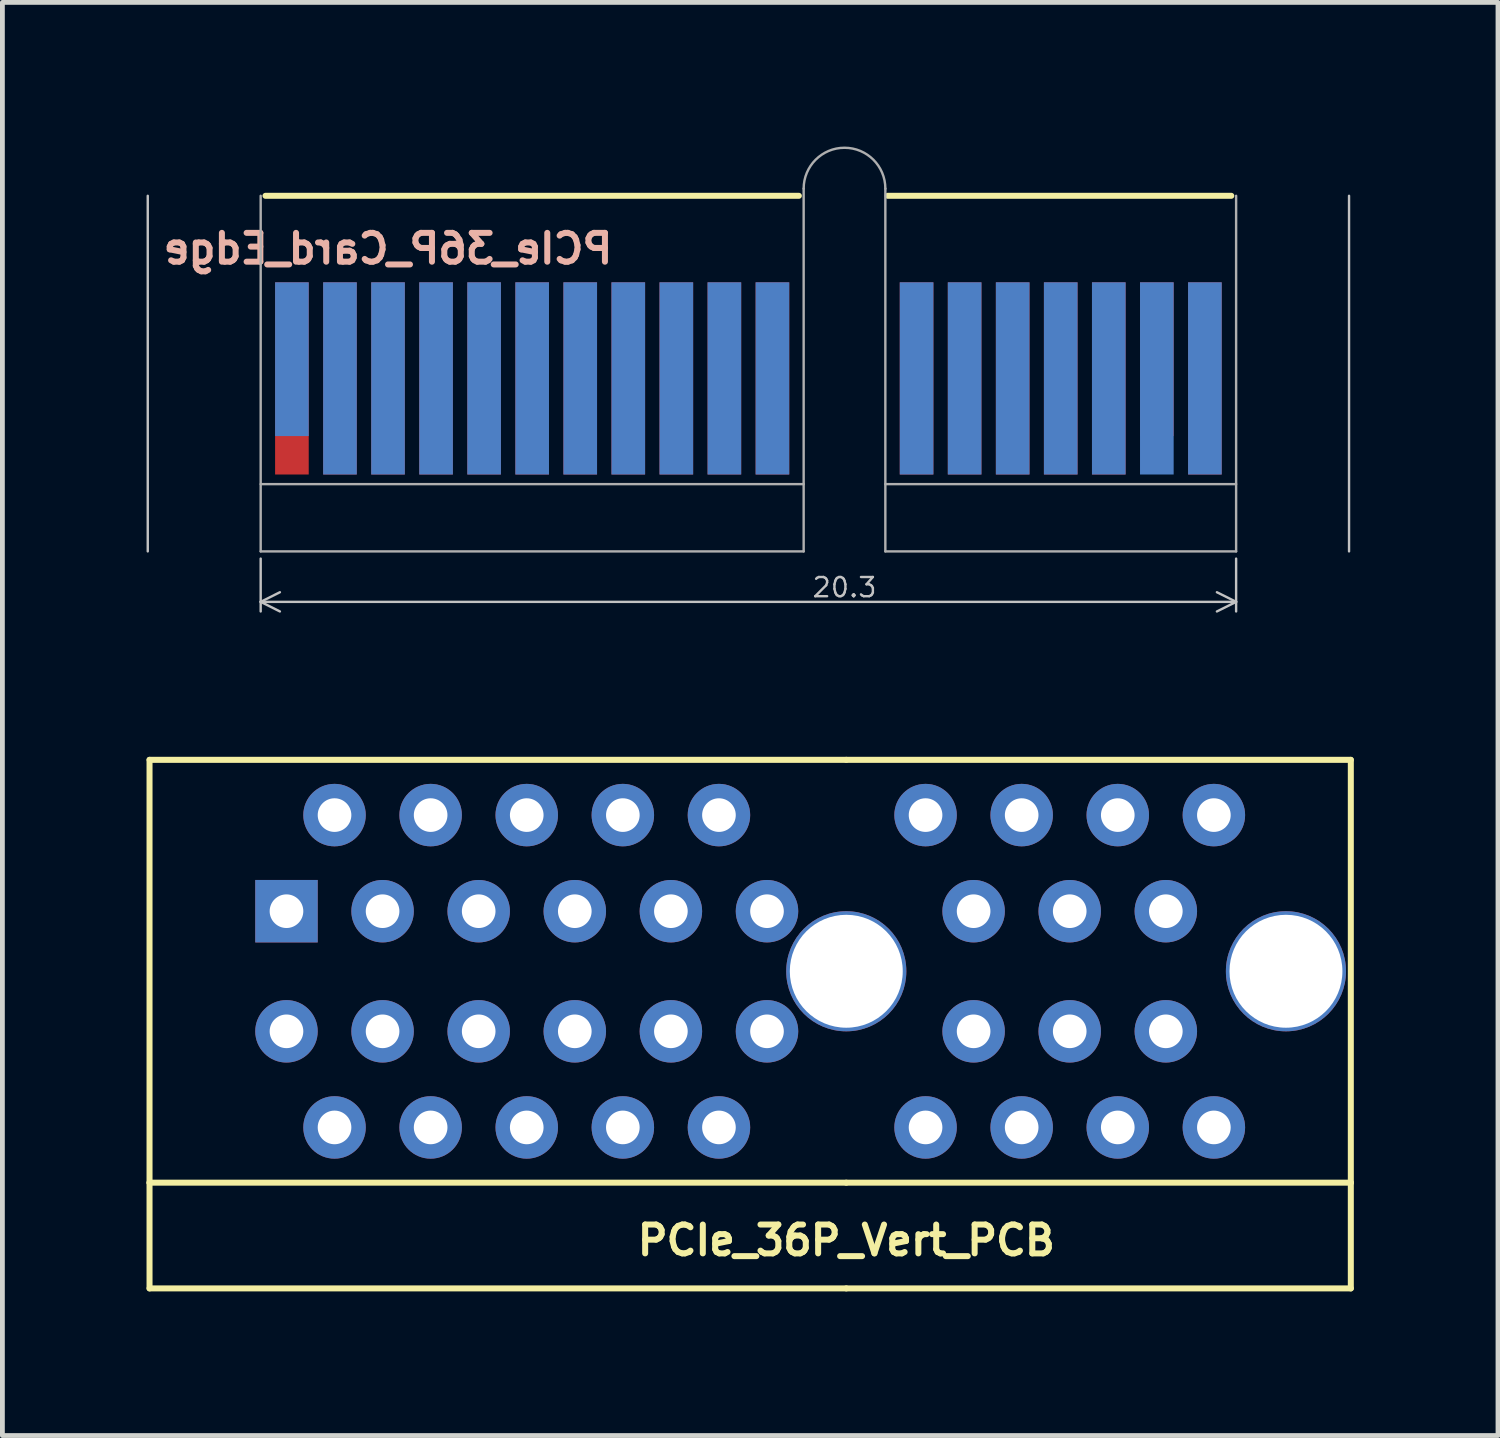
<source format=kicad_pcb>
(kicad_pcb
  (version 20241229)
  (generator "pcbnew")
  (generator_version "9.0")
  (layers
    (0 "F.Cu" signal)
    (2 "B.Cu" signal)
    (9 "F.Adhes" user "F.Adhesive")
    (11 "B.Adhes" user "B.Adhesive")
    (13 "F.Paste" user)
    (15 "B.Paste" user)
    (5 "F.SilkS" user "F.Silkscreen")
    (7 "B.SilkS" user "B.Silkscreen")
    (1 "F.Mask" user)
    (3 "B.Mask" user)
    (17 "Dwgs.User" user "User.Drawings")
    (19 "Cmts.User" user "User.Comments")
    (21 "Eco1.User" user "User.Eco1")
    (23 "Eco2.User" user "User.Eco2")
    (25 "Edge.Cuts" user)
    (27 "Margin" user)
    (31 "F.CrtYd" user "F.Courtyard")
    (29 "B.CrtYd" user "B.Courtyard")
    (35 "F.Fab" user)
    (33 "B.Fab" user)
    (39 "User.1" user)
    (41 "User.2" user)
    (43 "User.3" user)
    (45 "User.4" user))
  (footprint "PCIe_36P_Vert_PCB"
    (layer "F.Cu")
    (at 14.562 17.163)
    (property "Reference" "PCIe_36P_Vert_PCB" (at 0 5.6 0) (layer "F.SilkS") (effects (font (size 0.6 0.6) (thickness 0.125))))
    (attr through_hole)
    (fp_line (start -14.5 -4.4) (end -14.5 4.4) (stroke (width 0.125) (type solid)) (layer "F.SilkS"))
    (fp_line (start -14.5 4.4) (end 0 4.4) (stroke (width 0.125) (type solid)) (layer "F.SilkS"))
    (fp_line (start -14.5 6.6) (end -14.5 4.4) (stroke (width 0.125) (type solid)) (layer "F.SilkS"))
    (fp_line (start -14.5 6.6) (end 0 6.6) (stroke (width 0.125) (type solid)) (layer "F.SilkS"))
    (fp_line (start 0 -4.4) (end -14.5 -4.4) (stroke (width 0.125) (type solid)) (layer "F.SilkS"))
    (fp_line (start 0 -4.4) (end 10.5 -4.4) (stroke (width 0.125) (type solid)) (layer "F.SilkS"))
    (fp_line (start 0 6.6) (end 10.5 6.6) (stroke (width 0.125) (type solid)) (layer "F.SilkS"))
    (fp_line (start 10.5 -4.4) (end 10.5 4.4) (stroke (width 0.125) (type solid)) (layer "F.SilkS"))
    (fp_line (start 10.5 4.4) (end 0 4.4) (stroke (width 0.125) (type solid)) (layer "F.SilkS"))
    (fp_line (start 10.5 4.4) (end 10.5 6.6) (stroke (width 0.125) (type solid)) (layer "F.SilkS"))
    (pad "" np_thru_hole circle (at 0 0) (size 2.5 2.5) (drill 2.35) (layers "*.Cu" "*.Mask"))
    (pad "" np_thru_hole circle (at 9.15 0) (size 2.5 2.5) (drill 2.35) (layers "*.Cu" "*.Mask"))
    (pad "A1" thru_hole rect (at -11.65 -1.25) (size 1.3 1.3) (drill 0.7) (layers "*.Cu" "*.Mask"))
    (pad "A2" thru_hole circle (at -10.65 -3.25) (size 1.3 1.3) (drill 0.7) (layers "*.Cu" "*.Mask"))
    (pad "A3" thru_hole circle (at -9.65 -1.25) (size 1.3 1.3) (drill 0.7) (layers "*.Cu" "*.Mask"))
    (pad "A4" thru_hole circle (at -8.65 -3.25) (size 1.3 1.3) (drill 0.7) (layers "*.Cu" "*.Mask"))
    (pad "A5" thru_hole circle (at -7.65 -1.25) (size 1.3 1.3) (drill 0.7) (layers "*.Cu" "*.Mask"))
    (pad "A6" thru_hole circle (at -6.65 -3.25) (size 1.3 1.3) (drill 0.7) (layers "*.Cu" "*.Mask"))
    (pad "A7" thru_hole circle (at -5.65 -1.25) (size 1.3 1.3) (drill 0.7) (layers "*.Cu" "*.Mask"))
    (pad "A8" thru_hole circle (at -4.65 -3.25) (size 1.3 1.3) (drill 0.7) (layers "*.Cu" "*.Mask"))
    (pad "A9" thru_hole circle (at -3.65 -1.25) (size 1.3 1.3) (drill 0.7) (layers "*.Cu" "*.Mask"))
    (pad "A10" thru_hole circle (at -2.65 -3.25) (size 1.3 1.3) (drill 0.7) (layers "*.Cu" "*.Mask"))
    (pad "A11" thru_hole circle (at -1.65 -1.25) (size 1.3 1.3) (drill 0.7) (layers "*.Cu" "*.Mask"))
    (pad "A12" thru_hole circle (at 1.65 -3.25) (size 1.3 1.3) (drill 0.7) (layers "*.Cu" "*.Mask"))
    (pad "A13" thru_hole circle (at 2.65 -1.25) (size 1.3 1.3) (drill 0.7) (layers "*.Cu" "*.Mask"))
    (pad "A14" thru_hole circle (at 3.65 -3.25) (size 1.3 1.3) (drill 0.7) (layers "*.Cu" "*.Mask"))
    (pad "A15" thru_hole circle (at 4.65 -1.25) (size 1.3 1.3) (drill 0.7) (layers "*.Cu" "*.Mask"))
    (pad "A16" thru_hole circle (at 5.65 -3.25) (size 1.3 1.3) (drill 0.7) (layers "*.Cu" "*.Mask"))
    (pad "A17" thru_hole circle (at 6.65 -1.25) (size 1.3 1.3) (drill 0.7) (layers "*.Cu" "*.Mask"))
    (pad "A18" thru_hole circle (at 7.65 -3.25) (size 1.3 1.3) (drill 0.7) (layers "*.Cu" "*.Mask"))
    (pad "B1" thru_hole circle (at -11.65 1.25) (size 1.3 1.3) (drill 0.7) (layers "*.Cu" "*.Mask"))
    (pad "B2" thru_hole circle (at -10.65 3.25) (size 1.3 1.3) (drill 0.7) (layers "*.Cu" "*.Mask"))
    (pad "B3" thru_hole circle (at -9.65 1.25) (size 1.3 1.3) (drill 0.7) (layers "*.Cu" "*.Mask"))
    (pad "B4" thru_hole circle (at -8.65 3.25) (size 1.3 1.3) (drill 0.7) (layers "*.Cu" "*.Mask"))
    (pad "B5" thru_hole circle (at -7.65 1.25) (size 1.3 1.3) (drill 0.7) (layers "*.Cu" "*.Mask"))
    (pad "B6" thru_hole circle (at -6.65 3.25) (size 1.3 1.3) (drill 0.7) (layers "*.Cu" "*.Mask"))
    (pad "B7" thru_hole circle (at -5.65 1.25) (size 1.3 1.3) (drill 0.7) (layers "*.Cu" "*.Mask"))
    (pad "B8" thru_hole circle (at -4.65 3.25) (size 1.3 1.3) (drill 0.7) (layers "*.Cu" "*.Mask"))
    (pad "B9" thru_hole circle (at -3.65 1.25) (size 1.3 1.3) (drill 0.7) (layers "*.Cu" "*.Mask"))
    (pad "B10" thru_hole circle (at -2.65 3.25) (size 1.3 1.3) (drill 0.7) (layers "*.Cu" "*.Mask"))
    (pad "B11" thru_hole circle (at -1.65 1.25) (size 1.3 1.3) (drill 0.7) (layers "*.Cu" "*.Mask"))
    (pad "B12" thru_hole circle (at 1.65 3.25) (size 1.3 1.3) (drill 0.7) (layers "*.Cu" "*.Mask"))
    (pad "B13" thru_hole circle (at 2.65 1.25) (size 1.3 1.3) (drill 0.7) (layers "*.Cu" "*.Mask"))
    (pad "B14" thru_hole circle (at 3.65 3.25) (size 1.3 1.3) (drill 0.7) (layers "*.Cu" "*.Mask"))
    (pad "B15" thru_hole circle (at 4.65 1.25) (size 1.3 1.3) (drill 0.7) (layers "*.Cu" "*.Mask"))
    (pad "B16" thru_hole circle (at 5.65 3.25) (size 1.3 1.3) (drill 0.7) (layers "*.Cu" "*.Mask"))
    (pad "B17" thru_hole circle (at 6.65 1.25) (size 1.3 1.3) (drill 0.7) (layers "*.Cu" "*.Mask"))
    (pad "B18" thru_hole circle (at 7.65 3.25) (size 1.3 1.3) (drill 0.7) (layers "*.Cu" "*.Mask")))
  (footprint "PCIe_36P_Card_Edge"
    (layer "F.Cu")
    (at 14.525 8.425)
    (property "Reference" "PCIe_36P_Card_Edge" (at -9.5 -6.3 0) (layer "B.SilkS") (effects (font (size 0.6 0.6) (thickness 0.125)) (justify mirror)))
    (attr exclude_from_pos_files exclude_from_bom)
    (fp_line (start -12.05 -7.4) (end -0.95 -7.4) (stroke (width 0.125) (type solid)) (layer "F.SilkS"))
    (fp_line (start 0.9 -7.4) (end 8.05 -7.4) (stroke (width 0.125) (type solid)) (layer "F.SilkS"))
    (fp_line (start -14.5 0) (end -14.5 -7.4) (stroke (width 0.05) (type solid)) (layer "Dwgs.User"))
    (fp_line (start -12.15 0.15) (end -12.15 1.25) (stroke (width 0.05) (type solid)) (layer "Dwgs.User"))
    (fp_line (start -12.15 1.05) (end -11.75 0.85) (stroke (width 0.05) (type solid)) (layer "Dwgs.User"))
    (fp_line (start -12.15 1.05) (end -11.75 1.25) (stroke (width 0.05) (type solid)) (layer "Dwgs.User"))
    (fp_line (start -12.15 1.05) (end 8.15 1.05) (stroke (width 0.05) (type solid)) (layer "Dwgs.User"))
    (fp_line (start 8.15 0.15) (end 8.15 1.25) (stroke (width 0.05) (type solid)) (layer "Dwgs.User"))
    (fp_line (start 8.15 1.05) (end 7.75 0.85) (stroke (width 0.05) (type solid)) (layer "Dwgs.User"))
    (fp_line (start 8.15 1.05) (end 7.75 1.25) (stroke (width 0.05) (type solid)) (layer "Dwgs.User"))
    (fp_line (start 10.5 0) (end 10.5 -7.4) (stroke (width 0.05) (type solid)) (layer "Dwgs.User"))
    (fp_line (start -12.15 -1.4) (end -0.85 -1.4) (stroke (width 0.05) (type solid)) (layer "F.Fab"))
    (fp_line (start -12.15 0) (end -12.15 -7.4) (stroke (width 0.05) (type solid)) (layer "F.Fab"))
    (fp_line (start -0.85 -7.55) (end -0.85 0) (stroke (width 0.05) (type solid)) (layer "F.Fab"))
    (fp_line (start -0.85 0) (end -12.15 0) (stroke (width 0.05) (type solid)) (layer "F.Fab"))
    (fp_line (start 0.85 -7.55) (end 0.85 0) (stroke (width 0.05) (type solid)) (layer "F.Fab"))
    (fp_line (start 0.85 -1.4) (end 8.15 -1.4) (stroke (width 0.05) (type solid)) (layer "F.Fab"))
    (fp_line (start 0.85 0) (end 8.15 0) (stroke (width 0.05) (type solid)) (layer "F.Fab"))
    (fp_line (start 8.15 0) (end 8.15 -7.4) (stroke (width 0.05) (type solid)) (layer "F.Fab"))
    (fp_arc (start -0.85 -7.55) (mid 0 -8.4) (end 0.85 -7.55) (stroke (width 0.05) (type solid)) (layer "F.Fab"))
    (fp_text user "20.3" (at 0 0.75 0) (layer "Dwgs.User") (effects (font (size 0.4 0.4) (thickness 0.05))))
    (pad "A1" connect rect (at -11.5 -4) (size 0.7 3.2) (layers "B.Cu" "B.Mask"))
    (pad "A2" connect rect (at -10.5 -3.6) (size 0.7 4) (layers "B.Cu" "B.Mask"))
    (pad "A3" connect rect (at -9.5 -3.6) (size 0.7 4) (layers "B.Cu" "B.Mask"))
    (pad "A4" connect rect (at -8.5 -3.6) (size 0.7 4) (layers "B.Cu" "B.Mask"))
    (pad "A5" connect rect (at -7.5 -3.6) (size 0.7 4) (layers "B.Cu" "B.Mask"))
    (pad "A6" connect rect (at -6.5 -3.6) (size 0.7 4) (layers "B.Cu" "B.Mask"))
    (pad "A7" connect rect (at -5.5 -3.6) (size 0.7 4) (layers "B.Cu" "B.Mask"))
    (pad "A8" connect rect (at -4.5 -3.6) (size 0.7 4) (layers "B.Cu" "B.Mask"))
    (pad "A9" connect rect (at -3.5 -3.6) (size 0.7 4) (layers "B.Cu" "B.Mask"))
    (pad "A10" connect rect (at -2.5 -3.6) (size 0.7 4) (layers "B.Cu" "B.Mask"))
    (pad "A11" connect rect (at -1.5 -3.6) (size 0.7 4) (layers "B.Cu" "B.Mask"))
    (pad "A12" connect rect (at 1.5 -3.6) (size 0.7 4) (layers "B.Cu" "B.Mask"))
    (pad "A13" connect rect (at 2.5 -3.6) (size 0.7 4) (layers "B.Cu" "B.Mask"))
    (pad "A14" connect rect (at 3.5 -3.6) (size 0.7 4) (layers "B.Cu" "B.Mask"))
    (pad "A15" connect rect (at 4.5 -3.6) (size 0.7 4) (layers "B.Cu" "B.Mask"))
    (pad "A16" connect rect (at 5.5 -3.6) (size 0.7 4) (layers "B.Cu" "B.Mask"))
    (pad "A17" connect rect (at 6.5 -3.6) (size 0.7 4) (layers "B.Cu" "B.Mask"))
    (pad "A18" connect rect (at 7.5 -3.6) (size 0.7 4) (layers "B.Cu" "B.Mask"))
    (pad "B1" connect rect (at -11.5 -3.6) (size 0.7 4) (layers "F.Cu" "F.Mask"))
    (pad "B2" connect rect (at -10.5 -3.6) (size 0.7 4) (layers "F.Cu" "F.Mask"))
    (pad "B3" connect rect (at -9.5 -3.6) (size 0.7 4) (layers "F.Cu" "F.Mask"))
    (pad "B4" connect rect (at -8.5 -3.6) (size 0.7 4) (layers "F.Cu" "F.Mask"))
    (pad "B5" connect rect (at -7.5 -3.6) (size 0.7 4) (layers "F.Cu" "F.Mask"))
    (pad "B6" connect rect (at -6.5 -3.6) (size 0.7 4) (layers "F.Cu" "F.Mask"))
    (pad "B7" connect rect (at -5.5 -3.6) (size 0.7 4) (layers "F.Cu" "F.Mask"))
    (pad "B8" connect rect (at -4.5 -3.6) (size 0.7 4) (layers "F.Cu" "F.Mask"))
    (pad "B9" connect rect (at -3.5 -3.6) (size 0.7 4) (layers "F.Cu" "F.Mask"))
    (pad "B10" connect rect (at -2.5 -3.6) (size 0.7 4) (layers "F.Cu" "F.Mask"))
    (pad "B11" connect rect (at -1.5 -3.6) (size 0.7 4) (layers "F.Cu" "F.Mask"))
    (pad "B12" connect rect (at 1.5 -3.6) (size 0.7 4) (layers "F.Cu" "F.Mask"))
    (pad "B13" connect rect (at 2.5 -3.6) (size 0.7 4) (layers "F.Cu" "F.Mask"))
    (pad "B14" connect rect (at 3.5 -3.6) (size 0.7 4) (layers "F.Cu" "F.Mask"))
    (pad "B15" connect rect (at 4.5 -3.6) (size 0.7 4) (layers "F.Cu" "F.Mask"))
    (pad "B16" connect rect (at 5.5 -3.6) (size 0.7 4) (layers "F.Cu" "F.Mask"))
    (pad "B17" connect rect (at 6.5 -4) (size 0.7 3.2) (layers "F.Cu" "F.Mask"))
    (pad "B18" connect rect (at 7.5 -3.6) (size 0.7 4) (layers "F.Cu" "F.Mask")))
  (gr_rect
    (start -3 -3)
    (end 28.125 26.825)
    (stroke (width 0.1) (type default))
    (fill no)
    (layer "Edge.Cuts")))
</source>
